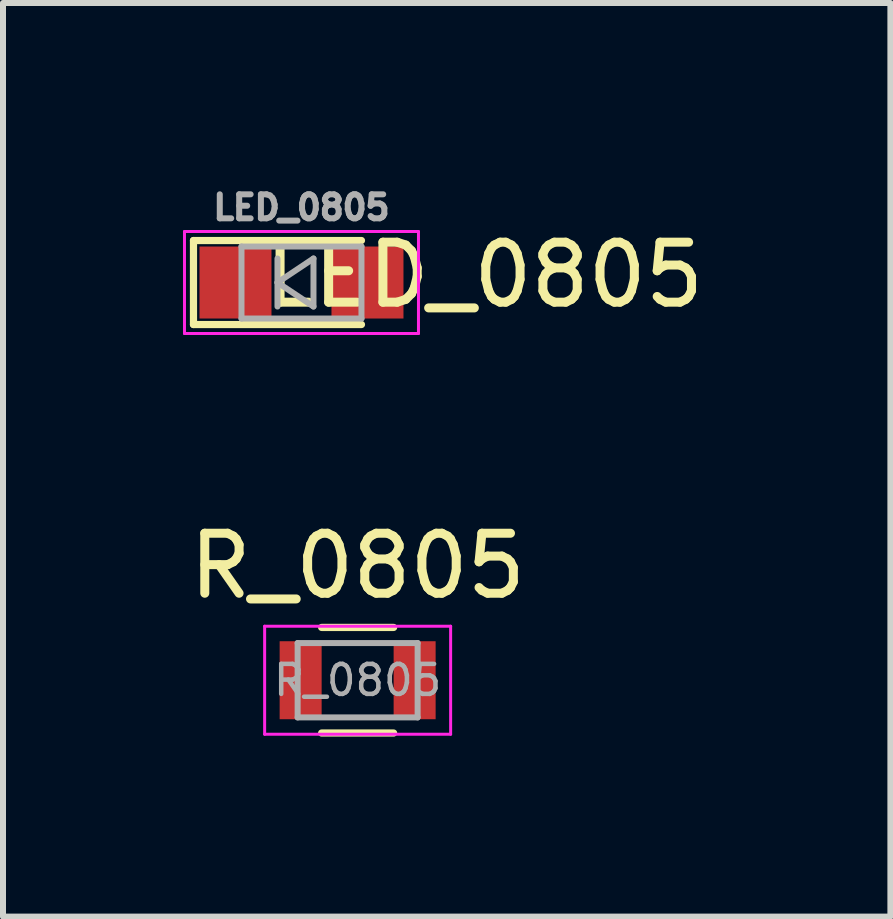
<source format=kicad_pcb>
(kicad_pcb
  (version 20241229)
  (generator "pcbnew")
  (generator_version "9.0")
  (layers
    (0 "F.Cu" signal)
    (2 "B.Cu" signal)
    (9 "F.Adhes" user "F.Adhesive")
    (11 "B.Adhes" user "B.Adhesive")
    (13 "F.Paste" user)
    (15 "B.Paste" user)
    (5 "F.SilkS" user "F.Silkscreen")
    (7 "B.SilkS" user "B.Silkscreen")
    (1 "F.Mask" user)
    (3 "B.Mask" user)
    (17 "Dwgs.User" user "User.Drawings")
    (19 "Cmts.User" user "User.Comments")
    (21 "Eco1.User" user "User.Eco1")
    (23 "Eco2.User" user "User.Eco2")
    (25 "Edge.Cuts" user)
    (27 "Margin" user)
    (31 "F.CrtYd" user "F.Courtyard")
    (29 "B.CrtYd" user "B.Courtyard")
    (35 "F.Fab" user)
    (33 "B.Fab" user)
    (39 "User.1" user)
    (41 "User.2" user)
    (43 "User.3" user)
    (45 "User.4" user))
  (footprint "LED_0805"
    (layer "F.Cu")
    (at 1.975 1.659)
    (property "Reference" "LED_0805" (at 3.048 -0.127 0) (layer "F.SilkS") (effects (font (size 1 1) (thickness 0.15))))
    (attr smd)
    (fp_line (start -1.8 -0.7) (end -1.8 0.7) (stroke (width 0.12) (type solid)) (layer "F.SilkS"))
    (fp_line (start -1.8 -0.7) (end 1 -0.7) (stroke (width 0.12) (type solid)) (layer "F.SilkS"))
    (fp_line (start -1.8 0.7) (end 1 0.7) (stroke (width 0.12) (type solid)) (layer "F.SilkS"))
    (fp_line (start -1.95 -0.85) (end 1.95 -0.85) (stroke (width 0.05) (type solid)) (layer "F.CrtYd"))
    (fp_line (start -1.95 0.85) (end -1.95 -0.85) (stroke (width 0.05) (type solid)) (layer "F.CrtYd"))
    (fp_line (start 1.95 -0.85) (end 1.95 0.85) (stroke (width 0.05) (type solid)) (layer "F.CrtYd"))
    (fp_line (start 1.95 0.85) (end -1.95 0.85) (stroke (width 0.05) (type solid)) (layer "F.CrtYd"))
    (fp_line (start -1 -0.6) (end 1 -0.6) (stroke (width 0.1) (type solid)) (layer "F.Fab"))
    (fp_line (start -1 0.6) (end -1 -0.6) (stroke (width 0.1) (type solid)) (layer "F.Fab"))
    (fp_line (start -0.4 -0.4) (end -0.4 0.4) (stroke (width 0.1) (type solid)) (layer "F.Fab"))
    (fp_line (start -0.4 0) (end 0.2 -0.4) (stroke (width 0.1) (type solid)) (layer "F.Fab"))
    (fp_line (start 0.2 -0.4) (end 0.2 0.4) (stroke (width 0.1) (type solid)) (layer "F.Fab"))
    (fp_line (start 0.2 0.4) (end -0.4 0) (stroke (width 0.1) (type solid)) (layer "F.Fab"))
    (fp_line (start 1 -0.6) (end 1 0.6) (stroke (width 0.1) (type solid)) (layer "F.Fab"))
    (fp_line (start 1 0.6) (end -1 0.6) (stroke (width 0.1) (type solid)) (layer "F.Fab"))
    (fp_text user "${REFERENCE}" (at 0 -1.25 0) (layer "F.Fab") (effects (font (size 0.4 0.4) (thickness 0.1))))
    (pad "1" smd rect (at -1.1 0 180) (size 1.2 1.2) (layers "F.Cu" "F.Mask" "F.Paste"))
    (pad "2" smd rect (at 1.1 0 180) (size 1.2 1.2) (layers "F.Cu" "F.Mask" "F.Paste")))
  (footprint "R_0805"
    (layer "F.Cu")
    (at 2.911 8.288)
    (property "Reference" "R_0805" (at 0 -1.905 0) (layer "F.SilkS") (effects (font (size 1 1) (thickness 0.15))))
    (attr smd)
    (fp_line (start -0.6 -0.88) (end 0.6 -0.88) (stroke (width 0.12) (type solid)) (layer "F.SilkS"))
    (fp_line (start 0.6 0.88) (end -0.6 0.88) (stroke (width 0.12) (type solid)) (layer "F.SilkS"))
    (fp_line (start -1.55 -0.9) (end -1.55 0.9) (stroke (width 0.05) (type solid)) (layer "F.CrtYd"))
    (fp_line (start -1.55 -0.9) (end 1.55 -0.9) (stroke (width 0.05) (type solid)) (layer "F.CrtYd"))
    (fp_line (start 1.55 0.9) (end -1.55 0.9) (stroke (width 0.05) (type solid)) (layer "F.CrtYd"))
    (fp_line (start 1.55 0.9) (end 1.55 -0.9) (stroke (width 0.05) (type solid)) (layer "F.CrtYd"))
    (fp_line (start -1 -0.62) (end 1 -0.62) (stroke (width 0.1) (type solid)) (layer "F.Fab"))
    (fp_line (start -1 0.62) (end -1 -0.62) (stroke (width 0.1) (type solid)) (layer "F.Fab"))
    (fp_line (start 1 -0.62) (end 1 0.62) (stroke (width 0.1) (type solid)) (layer "F.Fab"))
    (fp_line (start 1 0.62) (end -1 0.62) (stroke (width 0.1) (type solid)) (layer "F.Fab"))
    (fp_text user "${REFERENCE}" (at 0 0 0) (layer "F.Fab") (effects (font (size 0.5 0.5) (thickness 0.075))))
    (pad "1" smd rect (at -0.95 0) (size 0.7 1.3) (layers "F.Cu" "F.Mask" "F.Paste"))
    (pad "2" smd rect (at 0.95 0) (size 0.7 1.3) (layers "F.Cu" "F.Mask" "F.Paste")))
  (gr_rect
    (start -3 -3)
    (end 11.791 12.228)
    (stroke (width 0.1) (type default))
    (fill no)
    (layer "Edge.Cuts")))
</source>
